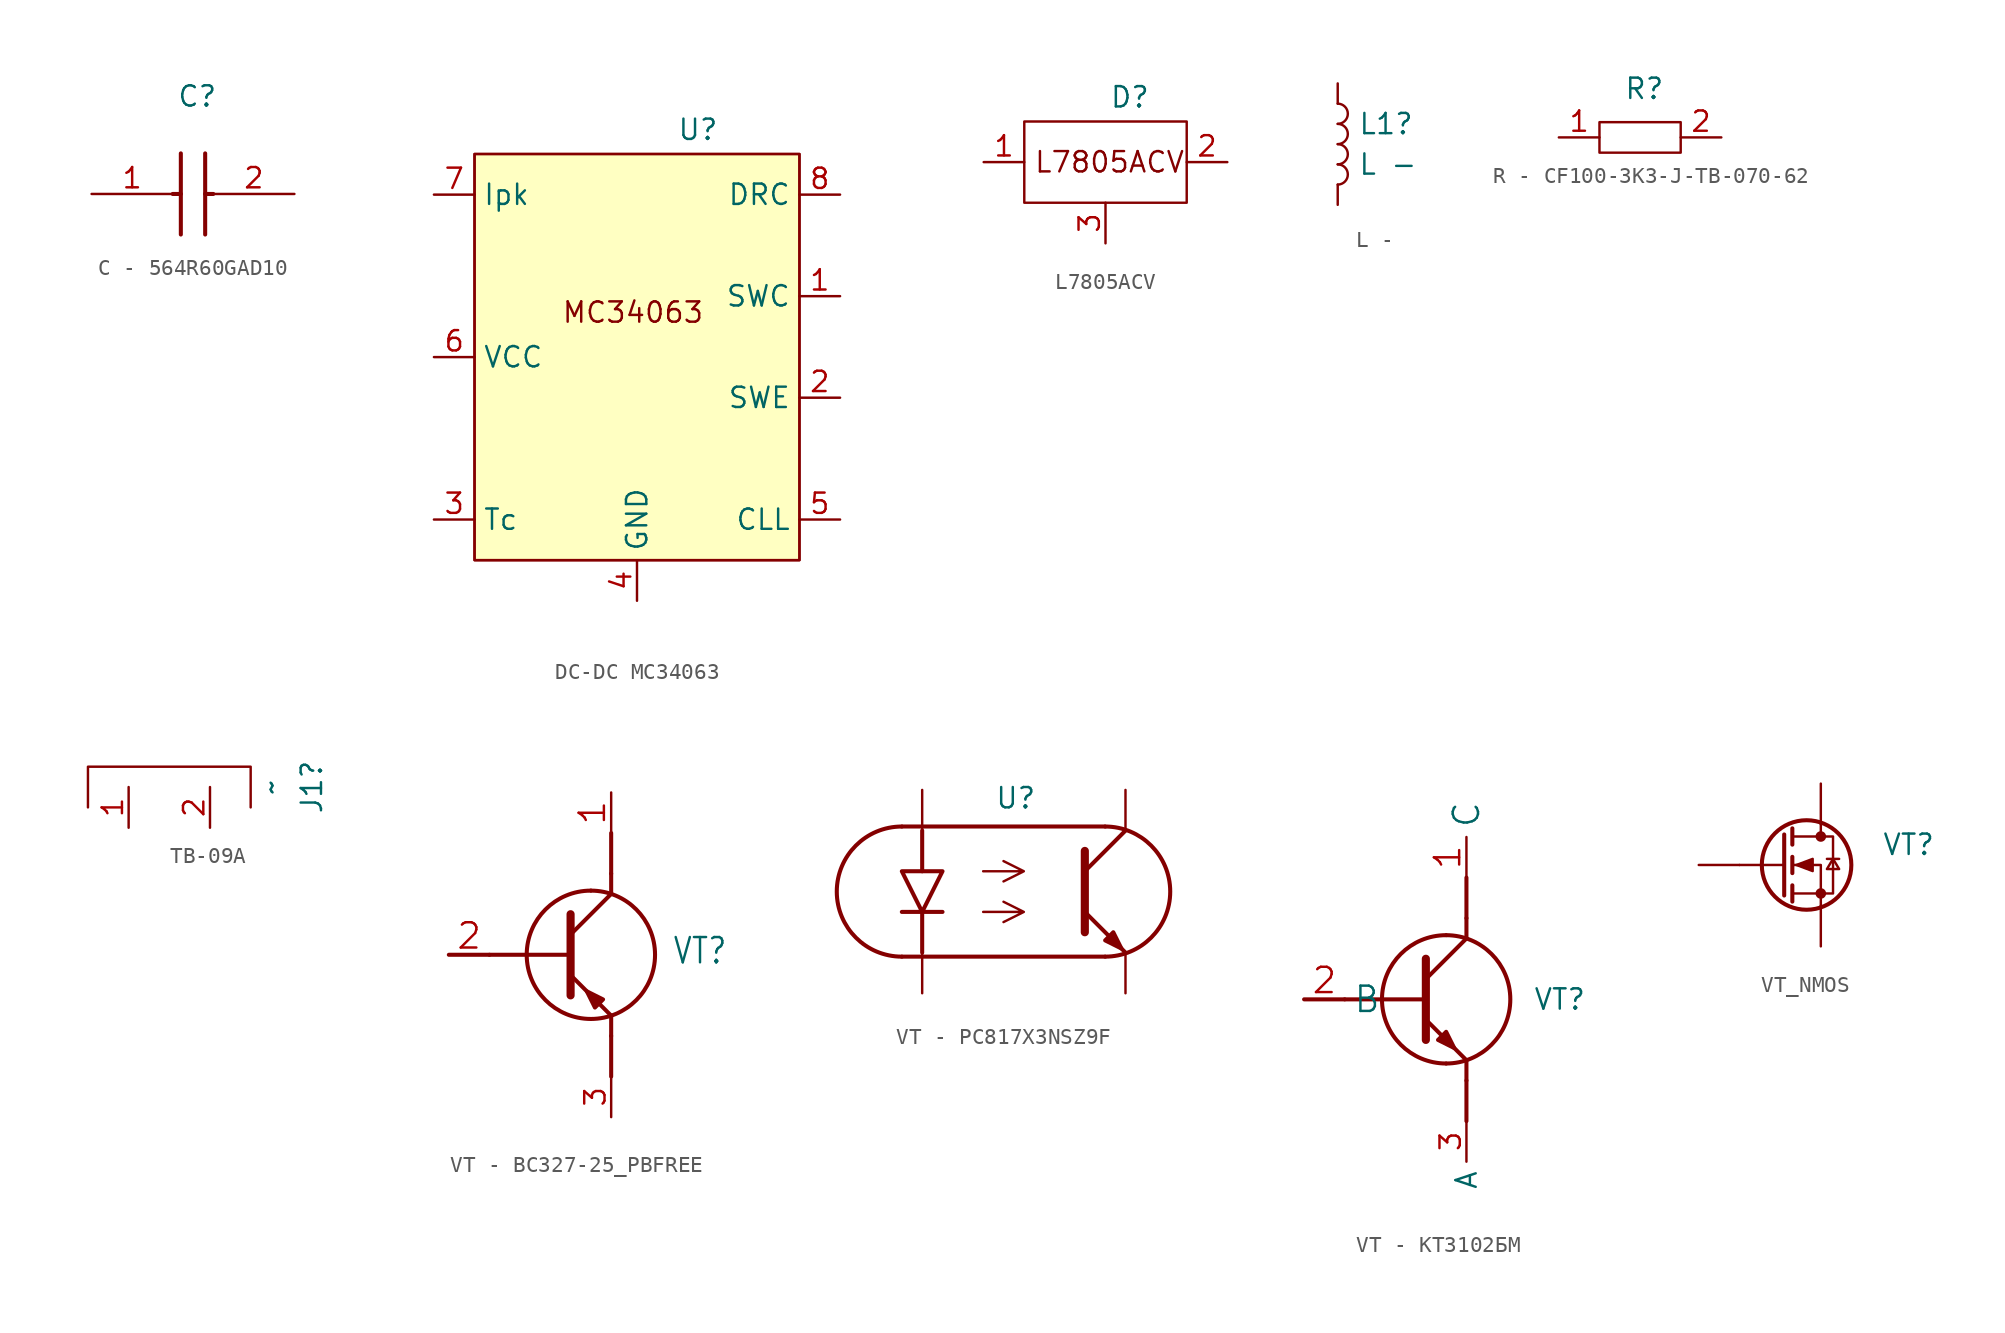
<source format=kicad_sym>
(kicad_symbol_lib
  (version 20241209)
  (generator "kicad_symbol_editor")
  (generator_version "9.0")
  (symbol "C - 564R60GAD10"
    (pin_names
      (hide yes))
    (property "Reference" "C"
      (at 5.334 6.858 0)
      (effects (font (size 1.27 1.27)) (justify left top)))
    (property "Value" ""
      (at 5.588 4.572 0)
      (do_not_autoplace)
      (effects (font (size 1.27 1.27)) (justify left top)))
    (symbol "C - 564R60GAD10_1_1"
      (polyline (pts (xy 5.08 0) (xy 5.588 0)) (stroke (width 0.254) (type default)) (fill (type none)))
      (polyline (pts (xy 5.588 2.54) (xy 5.588 -2.54)) (stroke (width 0.254) (type default)) (fill (type none)))
      (polyline (pts (xy 7.112 2.54) (xy 7.112 -2.54)) (stroke (width 0.254) (type default)) (fill (type none)))
      (polyline (pts (xy 7.112 0) (xy 7.62 0)) (stroke (width 0.254) (type default)) (fill (type none)))
      (pin passive line (at 0 0 0) (length 5.08) (name "1" (effects (font (size 1.27 1.27)))) (number "1" (effects (font (size 1.27 1.27)))))
      (pin passive line (at 12.7 0 180) (length 5.08) (name "2" (effects (font (size 1.27 1.27)))) (number "2" (effects (font (size 1.27 1.27)))))))
  (symbol "DC-DC MC34063"
    (property "Reference" "U"
      (at 13.97 1.524 0)
      (effects (font (size 1.27 1.27))))
    (property "Value" ""
      (at 0 0 0)
      (effects (font (size 1.27 1.27))))
    (symbol "DC-DC MC34063_0_1"
      (rectangle (start 0 0) (end 20.32 -25.4) (stroke (width 0) (type default)) (fill (type none))))
    (symbol "DC-DC MC34063_1_1"
      (text "MC34063" (at 9.906 -9.906 0) (effects (font (size 1.27 1.27))))
      (text_box "" (at 0 0 0) (size 20.32 -25.4) (margins 1.016 1.016 1.016 1.016) (stroke (width 0) (type solid)) (fill (type color) (color 255 255 194 1)) (effects (font (size 1.27 1.27)) (justify left top)))
      (pin output line (at -2.54 -2.54 0) (length 2.54) (name "Ipk" (effects (font (size 1.27 1.27)))) (number "7" (effects (font (size 1.27 1.27)))))
      (pin input line (at -2.54 -12.7 0) (length 2.54) (name "VCC" (effects (font (size 1.27 1.27)))) (number "6" (effects (font (size 1.27 1.27)))))
      (pin passive line (at -2.54 -22.86 0) (length 2.54) (name "Tc" (effects (font (size 1.27 1.27)))) (number "3" (effects (font (size 1.27 1.27)))))
      (pin passive line (at 10.16 -27.94 90) (length 2.54) (name "GND" (effects (font (size 1.27 1.27)))) (number "4" (effects (font (size 1.27 1.27)))))
      (pin output line (at 22.86 -2.54 180) (length 2.54) (name "DRC" (effects (font (size 1.27 1.27)))) (number "8" (effects (font (size 1.27 1.27)))))
      (pin output line (at 22.86 -8.89 180) (length 2.54) (name "SWC" (effects (font (size 1.27 1.27)))) (number "1" (effects (font (size 1.27 1.27)))))
      (pin output line (at 22.86 -15.24 180) (length 2.54) (name "SWE" (effects (font (size 1.27 1.27)))) (number "2" (effects (font (size 1.27 1.27)))))
      (pin input line (at 22.86 -22.86 180) (length 2.54) (name "CLL" (effects (font (size 1.27 1.27)))) (number "5" (effects (font (size 1.27 1.27)))))))
  (symbol "L7805ACV"
    (pin_names
      (hide yes))
    (property "Reference" "D"
      (at 1.524 4.064 0)
      (effects (font (size 1.27 1.27))))
    (property "Value" ""
      (at 0 0 0)
      (effects (font (size 1.27 1.27))))
    (symbol "L7805ACV_0_1"
      (rectangle (start -5.08 2.54) (end 5.08 -2.54) (stroke (width 0) (type default)) (fill (type none))))
    (symbol "L7805ACV_1_1"
      (text "L7805ACV" (at 0.254 0 0) (effects (font (size 1.27 1.27))))
      (pin input line (at -7.62 0 0) (length 2.54) (name "" (effects (font (size 1.27 1.27)))) (number "1" (effects (font (size 1.27 1.27)))))
      (pin output line (at 0 -5.08 90) (length 2.54) (name "GND" (effects (font (size 1.27 1.27)))) (number "3" (effects (font (size 1.27 1.27)))))
      (pin output line (at 7.62 0 180) (length 2.54) (name "" (effects (font (size 1.27 1.27)))) (number "2" (effects (font (size 1.27 1.27)))))))
  (symbol "L -"
    (pin_numbers
      (hide yes))
    (pin_names
      (offset 1.016)
      (hide yes))
    (property "Reference" "L1"
      (at 1.27 1.27 0)
      (effects (font (size 1.27 1.27)) (justify left)))
    (property "Value" "L -"
      (at 1.27 -1.27 0)
      (effects (font (size 1.27 1.27)) (justify left)))
    (symbol "L -_0_1"
      (arc (start 0 2.54) (mid 0.6323 1.905) (end 0 1.27) (stroke (width 0) (type default)) (fill (type none)))
      (arc (start 0 1.27) (mid 0.6323 0.635) (end 0 0) (stroke (width 0) (type default)) (fill (type none)))
      (arc (start 0 0) (mid 0.6323 -0.635) (end 0 -1.27) (stroke (width 0) (type default)) (fill (type none)))
      (arc (start 0 -1.27) (mid 0.6323 -1.905) (end 0 -2.54) (stroke (width 0) (type default)) (fill (type none))))
    (symbol "L -_1_1"
      (pin passive line (at 0 3.81 270) (length 1.27) (name "1" (effects (font (size 1.27 1.27)))) (number "1" (effects (font (size 1.27 1.27)))))
      (pin passive line (at 0 -3.81 90) (length 1.27) (name "2" (effects (font (size 1.27 1.27)))) (number "2" (effects (font (size 1.27 1.27)))))))
  (symbol "R - CF100-3K3-J-TB-070-62"
    (pin_names
      (offset 0.762))
    (property "Reference" "R"
      (at 6.604 3.048 0)
      (effects (font (size 1.27 1.27)) (justify left)))
    (property "Value" ""
      (at 13.97 3.81 0)
      (effects (font (size 1.27 1.27)) (justify left)))
    (symbol "R - CF100-3K3-J-TB-070-62_0_1"
      (rectangle (start 5.08 0.953) (end 10.16 -0.953) (stroke (width 0) (type default)) (fill (type none))))
    (symbol "R - CF100-3K3-J-TB-070-62_1_0"
      (pin passive line (at 2.54 0 0) (length 2.54) (name "~" (effects (font (size 1.27 1.27)))) (number "1" (effects (font (size 1.27 1.27)))))
      (pin passive line (at 12.7 0 180) (length 2.54) (name "~" (effects (font (size 1.27 1.27)))) (number "2" (effects (font (size 1.27 1.27)))))))
  (symbol "TB-09A"
    (property "Reference" "J1"
      (at 8.89 -1.27 90)
      (effects (font (size 1.27 1.27))))
    (property "Value" "~"
      (at 6.35 -1.27 90)
      (effects (font (size 1.27 1.27))))
    (symbol "TB-09A_0_1"
      (polyline (pts (xy 5.08 -2.54) (xy 5.08 0) (xy -5.08 0) (xy -5.08 -2.54)) (stroke (width 0) (type default)) (fill (type none))))
    (symbol "TB-09A_1_1"
      (pin power_in line (at -2.54 -3.81 90) (length 2.54) (name "" (effects (font (size 1.27 1.27)))) (number "1" (effects (font (size 1.27 1.27)))))
      (pin power_in line (at 2.54 -3.81 90) (length 2.54) (name "" (effects (font (size 1.27 1.27)))) (number "2" (effects (font (size 1.27 1.27)))))))
  (symbol "VT - BC327-25_PBFREE"
    (pin_names
      (hide yes))
    (property "Reference" "VT"
      (at 13.97 0.254 0)
      (effects (font (size 1.583 1.333)) (justify left)))
    (property "Value" ""
      (at 0 0 0)
      (effects (font (size 1.27 1.27))))
    (symbol "VT - BC327-25_PBFREE_1_0"
      (polyline (pts (xy 0 0) (xy 2.54 0)) (stroke (width 0.254) (type solid)) (fill (type none)))
      (polyline (pts (xy 2.54 0) (xy 7.62 0)) (stroke (width 0.254) (type solid)) (fill (type none)))
      (polyline (pts (xy 7.62 2.54) (xy 7.62 -2.54)) (stroke (width 0.508) (type solid)) (fill (type none)))
      (polyline (pts (xy 7.62 1.27) (xy 10.16 3.81)) (stroke (width 0.254) (type solid)) (fill (type none)))
      (polyline (pts (xy 7.62 -1.27) (xy 10.16 -3.81)) (stroke (width 0.254) (type solid)) (fill (type none)))
      (arc (start 8.89 4.0161) (mid 12.9061 0) (end 8.89 -4.0161) (stroke (width 0.254) (type solid)) (fill (type none)))
      (arc (start 8.89 -4.0161) (mid 4.8739 0) (end 8.89 4.0161) (stroke (width 0.254) (type solid)) (fill (type none)))
      (polyline (pts (xy 9.652 -2.794) (xy 9.144 -3.302) (xy 8.636 -2.286) (xy 9.652 -2.794)) (stroke (width 0.254) (type solid)) (fill (type outline)))
      (polyline (pts (xy 10.16 7.62) (xy 10.16 5.08)) (stroke (width 0.254) (type solid)) (fill (type none)))
      (polyline (pts (xy 10.16 3.81) (xy 10.16 5.08)) (stroke (width 0.254) (type solid)) (fill (type none)))
      (polyline (pts (xy 10.16 -3.81) (xy 10.16 -5.08)) (stroke (width 0.254) (type solid)) (fill (type none)))
      (polyline (pts (xy 10.16 -7.62) (xy 10.16 -5.08)) (stroke (width 0.254) (type solid)) (fill (type none)))
      (pin passive line (at 0 0 0) (length 2.54) (name "B" (effects (font (size 1.583 1.583)))) (number "2" (effects (font (size 1.583 1.583)))))
      (pin passive line (at 10.16 7.62 90) (length 2.54) (name "C" (effects (font (size 1.583 1.583)))) (number "1" (effects (font (size 1.583 1.583))))))
    (symbol "VT - BC327-25_PBFREE_1_1"
      (pin passive line (at 10.16 -7.62 270) (length 2.54) (name "A" (effects (font (size 1.27 1.27)))) (number "3" (effects (font (size 1.27 1.27)))))))
  (symbol "VT - PC817X3NSZ9F"
    (pin_numbers
      (hide yes))
    (pin_names
      (hide yes))
    (property "Reference" "U"
      (at -4.318 5.842 0)
      (effects (font (size 1.27 1.27))))
    (property "Value" ""
      (at 0 0 0)
      (effects (font (size 1.27 1.27))))
    (symbol "VT - PC817X3NSZ9F_0_1"
      (polyline (pts (xy -11.43 -4.064) (xy 1.27 -4.064)) (stroke (width 0.254) (type default)) (fill (type none)))
      (polyline (pts (xy -10.16 3.81) (xy -10.16 1.27)) (stroke (width 0.254) (type default)) (fill (type none)))
      (polyline (pts (xy -10.16 1.27) (xy -8.89 1.27) (xy -11.43 1.27) (xy -10.16 -1.27) (xy -8.89 1.27) (xy -10.16 -1.27) (xy -11.43 -1.27) (xy -8.89 -1.27)) (stroke (width 0.254) (type default)) (fill (type none)))
      (polyline (pts (xy -10.16 -3.81) (xy -10.16 -1.27)) (stroke (width 0.254) (type default)) (fill (type none)))
      (polyline (pts (xy -6.35 1.27) (xy -3.81 1.27) (xy -5.08 1.905) (xy -3.81 1.27) (xy -5.08 0.635)) (stroke (width 0) (type default)) (fill (type none)))
      (polyline (pts (xy -6.35 -1.27) (xy -3.81 -1.27) (xy -5.08 -0.635) (xy -3.81 -1.27) (xy -5.08 -1.905)) (stroke (width 0) (type default)) (fill (type none)))
      (polyline (pts (xy 1.27 4.064) (xy -11.43 4.064)) (stroke (width 0.254) (type default)) (fill (type none))))
    (symbol "VT - PC817X3NSZ9F_1_0"
      (arc (start -11.43 -4.064) (mid -15.494 0) (end -11.43 4.064) (stroke (width 0.254) (type solid)) (fill (type none)))
      (polyline (pts (xy 0 2.54) (xy 0 -2.54)) (stroke (width 0.508) (type solid)) (fill (type none)))
      (polyline (pts (xy 0 1.27) (xy 2.54 3.81)) (stroke (width 0.254) (type solid)) (fill (type none)))
      (polyline (pts (xy 0 -1.27) (xy 2.54 -3.81)) (stroke (width 0.254) (type solid)) (fill (type none)))
      (arc (start 1.27 4.064) (mid 5.334 0) (end 1.27 -4.064) (stroke (width 0.254) (type solid)) (fill (type none)))
      (polyline (pts (xy 1.27 -3.048) (xy 1.778 -2.54) (xy 2.286 -3.556) (xy 1.27 -3.048)) (stroke (width 0.254) (type solid)) (fill (type outline)))
      (pin input line (at -10.16 6.35 270) (length 2.54) (name "Anode" (effects (font (size 1.583 1.583)))) (number "1" (effects (font (size 1.583 1.583)))))
      (pin output line (at -10.16 -6.35 90) (length 2.54) (name "Cathode" (effects (font (size 1.583 1.583)))) (number "2" (effects (font (size 1.583 1.583)))))
      (pin passive line (at 2.54 6.35 270) (length 2.54) (name "Collector" (effects (font (size 1.583 1.583)))) (number "4" (effects (font (size 1.583 1.583))))))
    (symbol "VT - PC817X3NSZ9F_1_1"
      (pin passive line (at 2.54 -6.35 90) (length 2.54) (name "Emitter" (effects (font (size 1.27 1.27)))) (number "3" (effects (font (size 1.27 1.27)))))))
  (symbol "VT - КТ3102БМ"
    (property "Reference" "VT"
      (at 16.002 0 0)
      (effects (font (size 1.27 1.27))))
    (property "Value" ""
      (at 0 0 0)
      (effects (font (size 1.27 1.27))))
    (symbol "VT - КТ3102БМ_1_0"
      (polyline (pts (xy 0 0) (xy 2.54 0)) (stroke (width 0.254) (type solid)) (fill (type none)))
      (polyline (pts (xy 2.54 0) (xy 7.62 0)) (stroke (width 0.254) (type solid)) (fill (type none)))
      (polyline (pts (xy 7.62 2.54) (xy 7.62 -2.54)) (stroke (width 0.508) (type solid)) (fill (type none)))
      (polyline (pts (xy 7.62 1.27) (xy 10.16 3.81)) (stroke (width 0.254) (type solid)) (fill (type none)))
      (polyline (pts (xy 7.62 -1.27) (xy 10.16 -3.81)) (stroke (width 0.254) (type solid)) (fill (type none)))
      (polyline (pts (xy 8.382 -2.54) (xy 8.89 -2.032) (xy 9.398 -3.048) (xy 8.382 -2.54)) (stroke (width 0.254) (type solid)) (fill (type outline)))
      (arc (start 8.89 4.0161) (mid 12.9061 0) (end 8.89 -4.0161) (stroke (width 0.254) (type solid)) (fill (type none)))
      (arc (start 8.89 -4.0161) (mid 4.8739 0) (end 8.89 4.0161) (stroke (width 0.254) (type solid)) (fill (type none)))
      (polyline (pts (xy 10.16 7.62) (xy 10.16 5.08)) (stroke (width 0.254) (type solid)) (fill (type none)))
      (polyline (pts (xy 10.16 3.81) (xy 10.16 5.08)) (stroke (width 0.254) (type solid)) (fill (type none)))
      (polyline (pts (xy 10.16 -3.81) (xy 10.16 -5.08)) (stroke (width 0.254) (type solid)) (fill (type none)))
      (polyline (pts (xy 10.16 -7.62) (xy 10.16 -5.08)) (stroke (width 0.254) (type solid)) (fill (type none)))
      (pin passive line (at 0 0 0) (length 2.54) (name "B" (effects (font (size 1.583 1.583)))) (number "2" (effects (font (size 1.583 1.583)))))
      (pin passive line (at 10.16 7.62 90) (length 2.54) (name "C" (effects (font (size 1.583 1.583)))) (number "1" (effects (font (size 1.583 1.583))))))
    (symbol "VT - КТ3102БМ_1_1"
      (pin passive line (at 10.16 -7.62 270) (length 2.54) (name "A" (effects (font (size 1.27 1.27)))) (number "3" (effects (font (size 1.27 1.27)))))))
  (symbol "VT_NMOS"
    (pin_numbers
      (hide yes))
    (pin_names
      (offset 0)
      (hide yes))
    (property "Reference" "VT"
      (at 6.35 1.27 0)
      (effects (font (size 1.27 1.27)) (justify left)))
    (property "Value" ""
      (at 6.35 -1.27 0)
      (effects (font (size 1.27 1.27)) (justify left)))
    (symbol "VT_NMOS_0_1"
      (polyline (pts (xy 0.254 1.905) (xy 0.254 -1.905)) (stroke (width 0.254) (type default)) (fill (type none)))
      (polyline (pts (xy 0.254 0) (xy -2.54 0)) (stroke (width 0) (type default)) (fill (type none)))
      (polyline (pts (xy 0.762 2.286) (xy 0.762 1.27)) (stroke (width 0.254) (type default)) (fill (type none)))
      (polyline (pts (xy 0.762 0.508) (xy 0.762 -0.508)) (stroke (width 0.254) (type default)) (fill (type none)))
      (polyline (pts (xy 0.762 -1.27) (xy 0.762 -2.286)) (stroke (width 0.254) (type default)) (fill (type none)))
      (polyline (pts (xy 0.762 -1.778) (xy 3.302 -1.778) (xy 3.302 1.778) (xy 0.762 1.778)) (stroke (width 0) (type default)) (fill (type none)))
      (polyline (pts (xy 1.016 0) (xy 2.032 0.381) (xy 2.032 -0.381) (xy 1.016 0)) (stroke (width 0) (type default)) (fill (type outline)))
      (circle (center 1.651 0) (radius 2.794) (stroke (width 0.254) (type default)) (fill (type none)))
      (polyline (pts (xy 2.54 2.54) (xy 2.54 1.778)) (stroke (width 0) (type default)) (fill (type none)))
      (circle (center 2.54 1.778) (radius 0.254) (stroke (width 0) (type default)) (fill (type outline)))
      (circle (center 2.54 -1.778) (radius 0.254) (stroke (width 0) (type default)) (fill (type outline)))
      (polyline (pts (xy 2.54 -2.54) (xy 2.54 0) (xy 0.762 0)) (stroke (width 0) (type default)) (fill (type none)))
      (polyline (pts (xy 2.921 0.381) (xy 3.683 0.381)) (stroke (width 0) (type default)) (fill (type none)))
      (polyline (pts (xy 3.302 0.381) (xy 2.921 -0.254) (xy 3.683 -0.254) (xy 3.302 0.381)) (stroke (width 0) (type default)) (fill (type none))))
    (symbol "VT_NMOS_1_1"
      (pin input line (at -5.08 0 0) (length 2.54) (name "G" (effects (font (size 1.27 1.27)))) (number "G" (effects (font (size 1.27 1.27)))))
      (pin passive line (at 2.54 5.08 270) (length 2.54) (name "D" (effects (font (size 1.27 1.27)))) (number "D" (effects (font (size 1.27 1.27)))))
      (pin passive line (at 2.54 -5.08 90) (length 2.54) (name "S" (effects (font (size 1.27 1.27)))) (number "S" (effects (font (size 1.27 1.27))))))))
</source>
